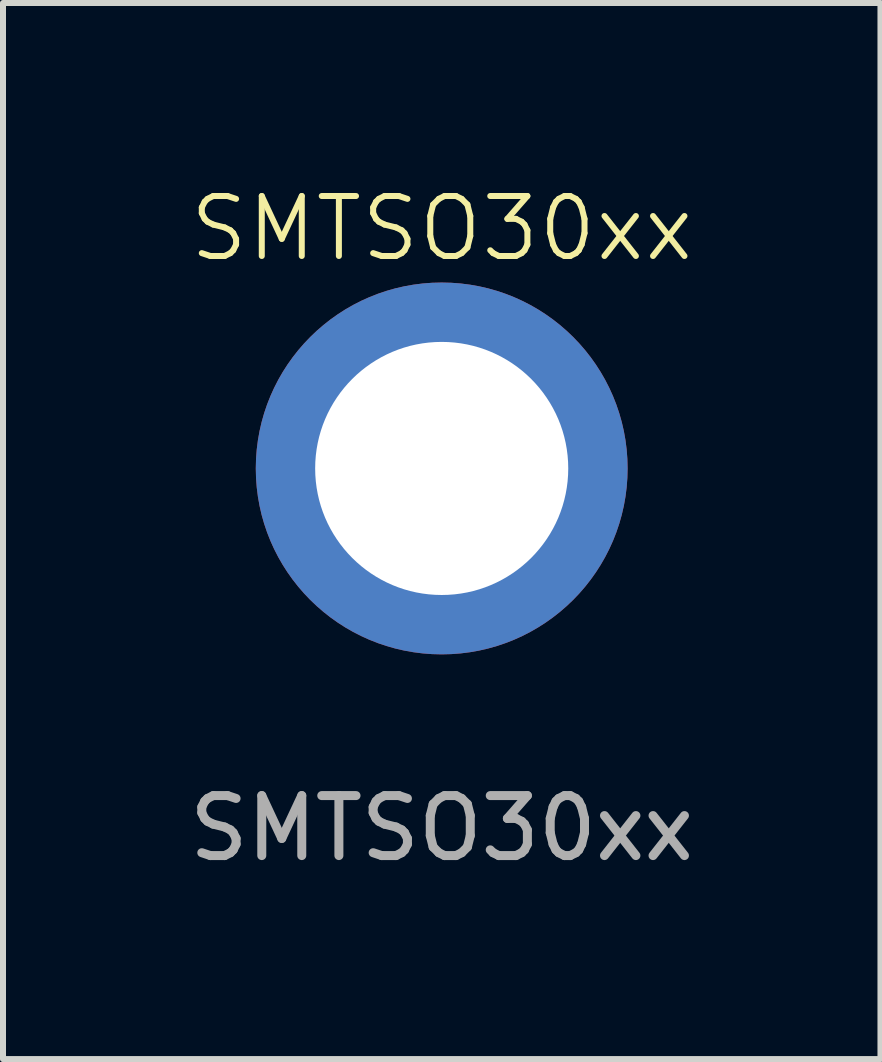
<source format=kicad_pcb>
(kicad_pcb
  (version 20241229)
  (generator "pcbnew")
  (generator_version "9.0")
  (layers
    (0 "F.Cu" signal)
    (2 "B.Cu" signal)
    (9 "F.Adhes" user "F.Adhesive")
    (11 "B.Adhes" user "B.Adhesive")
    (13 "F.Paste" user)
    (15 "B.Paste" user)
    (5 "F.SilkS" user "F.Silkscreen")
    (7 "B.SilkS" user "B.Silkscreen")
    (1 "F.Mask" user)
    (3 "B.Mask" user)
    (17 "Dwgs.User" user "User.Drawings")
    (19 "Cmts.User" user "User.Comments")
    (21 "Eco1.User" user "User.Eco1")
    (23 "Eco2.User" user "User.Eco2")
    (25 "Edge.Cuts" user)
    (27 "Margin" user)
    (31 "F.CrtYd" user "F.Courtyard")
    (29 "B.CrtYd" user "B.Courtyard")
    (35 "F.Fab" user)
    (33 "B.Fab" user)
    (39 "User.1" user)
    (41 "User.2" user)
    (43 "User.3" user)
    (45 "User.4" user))
  (footprint "SMTSO30xx"
    (layer "F.Cu")
    (at 4.315 4.761)
    (property "Reference" "SMTSO30xx" (at 0 -4 0) (unlocked yes) (layer "F.SilkS") (effects (font (size 1 1) (thickness 0.1))))
    (attr smd)
    (fp_poly (pts (xy -2.1 0) (xy -2.12 -0.141) (xy -2.179 -0.27) (xy -2.273 -0.378) (xy -2.392 -0.455) (xy -2.529 -0.495) (xy -2.671 -0.495) (xy -2.808 -0.455) (xy -2.927 -0.378) (xy -3.021 -0.27) (xy -3.08 -0.141) (xy -3.1 0) (xy -3.08 0.141) (xy -3.021 0.27) (xy -2.927 0.378) (xy -2.808 0.455) (xy -2.671 0.495) (xy -2.529 0.495) (xy -2.392 0.455) (xy -2.273 0.378) (xy -2.179 0.27) (xy -2.12 0.141) (xy -2.1 0)) (stroke (width 0) (type solid)) (fill yes) (layer "F.Paste"))
    (fp_poly (pts (xy -1.338 -1.838) (xy -1.359 -1.979) (xy -1.418 -2.109) (xy -1.511 -2.216) (xy -1.631 -2.293) (xy -1.767 -2.333) (xy -1.91 -2.333) (xy -2.046 -2.293) (xy -2.166 -2.216) (xy -2.259 -2.109) (xy -2.318 -1.979) (xy -2.338 -1.838) (xy -2.318 -1.698) (xy -2.259 -1.568) (xy -2.166 -1.461) (xy -2.046 -1.384) (xy -1.91 -1.344) (xy -1.767 -1.344) (xy -1.631 -1.384) (xy -1.511 -1.461) (xy -1.418 -1.568) (xy -1.359 -1.698) (xy -1.338 -1.838)) (stroke (width 0) (type solid)) (fill yes) (layer "F.Paste"))
    (fp_poly (pts (xy -1.338 1.838) (xy -1.359 1.698) (xy -1.418 1.568) (xy -1.511 1.461) (xy -1.631 1.384) (xy -1.767 1.344) (xy -1.91 1.344) (xy -2.046 1.384) (xy -2.166 1.461) (xy -2.259 1.568) (xy -2.318 1.698) (xy -2.338 1.838) (xy -2.318 1.979) (xy -2.259 2.109) (xy -2.166 2.216) (xy -2.046 2.293) (xy -1.91 2.333) (xy -1.767 2.333) (xy -1.631 2.293) (xy -1.511 2.216) (xy -1.418 2.109) (xy -1.359 1.979) (xy -1.338 1.838)) (stroke (width 0) (type solid)) (fill yes) (layer "F.Paste"))
    (fp_poly (pts (xy 0.5 -2.6) (xy 0.48 -2.741) (xy 0.421 -2.87) (xy 0.327 -2.978) (xy 0.208 -3.055) (xy 0.071 -3.095) (xy -0.071 -3.095) (xy -0.208 -3.055) (xy -0.327 -2.978) (xy -0.421 -2.87) (xy -0.48 -2.741) (xy -0.5 -2.6) (xy -0.48 -2.459) (xy -0.421 -2.33) (xy -0.327 -2.222) (xy -0.208 -2.145) (xy -0.071 -2.105) (xy 0.071 -2.105) (xy 0.208 -2.145) (xy 0.327 -2.222) (xy 0.421 -2.33) (xy 0.48 -2.459) (xy 0.5 -2.6)) (stroke (width 0) (type solid)) (fill yes) (layer "F.Paste"))
    (fp_poly (pts (xy 0.5 2.6) (xy 0.48 2.459) (xy 0.421 2.33) (xy 0.327 2.222) (xy 0.208 2.145) (xy 0.071 2.105) (xy -0.071 2.105) (xy -0.208 2.145) (xy -0.327 2.222) (xy -0.421 2.33) (xy -0.48 2.459) (xy -0.5 2.6) (xy -0.48 2.741) (xy -0.421 2.87) (xy -0.327 2.978) (xy -0.208 3.055) (xy -0.071 3.095) (xy 0.071 3.095) (xy 0.208 3.055) (xy 0.327 2.978) (xy 0.421 2.87) (xy 0.48 2.741) (xy 0.5 2.6)) (stroke (width 0) (type solid)) (fill yes) (layer "F.Paste"))
    (fp_poly (pts (xy 2.338 -1.838) (xy 2.318 -1.979) (xy 2.259 -2.109) (xy 2.166 -2.216) (xy 2.046 -2.293) (xy 1.91 -2.333) (xy 1.767 -2.333) (xy 1.631 -2.293) (xy 1.511 -2.216) (xy 1.418 -2.109) (xy 1.359 -1.979) (xy 1.338 -1.838) (xy 1.359 -1.698) (xy 1.418 -1.568) (xy 1.511 -1.461) (xy 1.631 -1.384) (xy 1.767 -1.344) (xy 1.91 -1.344) (xy 2.046 -1.384) (xy 2.166 -1.461) (xy 2.259 -1.568) (xy 2.318 -1.698) (xy 2.338 -1.838)) (stroke (width 0) (type solid)) (fill yes) (layer "F.Paste"))
    (fp_poly (pts (xy 2.338 1.838) (xy 2.318 1.698) (xy 2.259 1.568) (xy 2.166 1.461) (xy 2.046 1.384) (xy 1.91 1.344) (xy 1.767 1.344) (xy 1.631 1.384) (xy 1.511 1.461) (xy 1.418 1.568) (xy 1.359 1.698) (xy 1.338 1.838) (xy 1.359 1.979) (xy 1.418 2.109) (xy 1.511 2.216) (xy 1.631 2.293) (xy 1.767 2.333) (xy 1.91 2.333) (xy 2.046 2.293) (xy 2.166 2.216) (xy 2.259 2.109) (xy 2.318 1.979) (xy 2.338 1.838)) (stroke (width 0) (type solid)) (fill yes) (layer "F.Paste"))
    (fp_poly (pts (xy 3.1 0) (xy 3.08 -0.141) (xy 3.021 -0.27) (xy 2.927 -0.378) (xy 2.808 -0.455) (xy 2.671 -0.495) (xy 2.529 -0.495) (xy 2.392 -0.455) (xy 2.273 -0.378) (xy 2.179 -0.27) (xy 2.12 -0.141) (xy 2.1 0) (xy 2.12 0.141) (xy 2.179 0.27) (xy 2.273 0.378) (xy 2.392 0.455) (xy 2.529 0.495) (xy 2.671 0.495) (xy 2.808 0.455) (xy 2.927 0.378) (xy 3.021 0.27) (xy 3.08 0.141) (xy 3.1 0)) (stroke (width 0) (type solid)) (fill yes) (layer "F.Paste"))
    (fp_text user "${REFERENCE}" (at 0 6 0) (unlocked yes) (layer "F.Fab") (effects (font (size 1 1) (thickness 0.15))))
    (pad "1" thru_hole circle (at 0 0) (size 6.2 6.2) (drill 4.22) (layers "*.Cu" "*.Mask")))
  (gr_rect
    (start -3 -3)
    (end 11.631 14.609)
    (stroke (width 0.1) (type default))
    (fill no)
    (layer "Edge.Cuts")))
</source>
